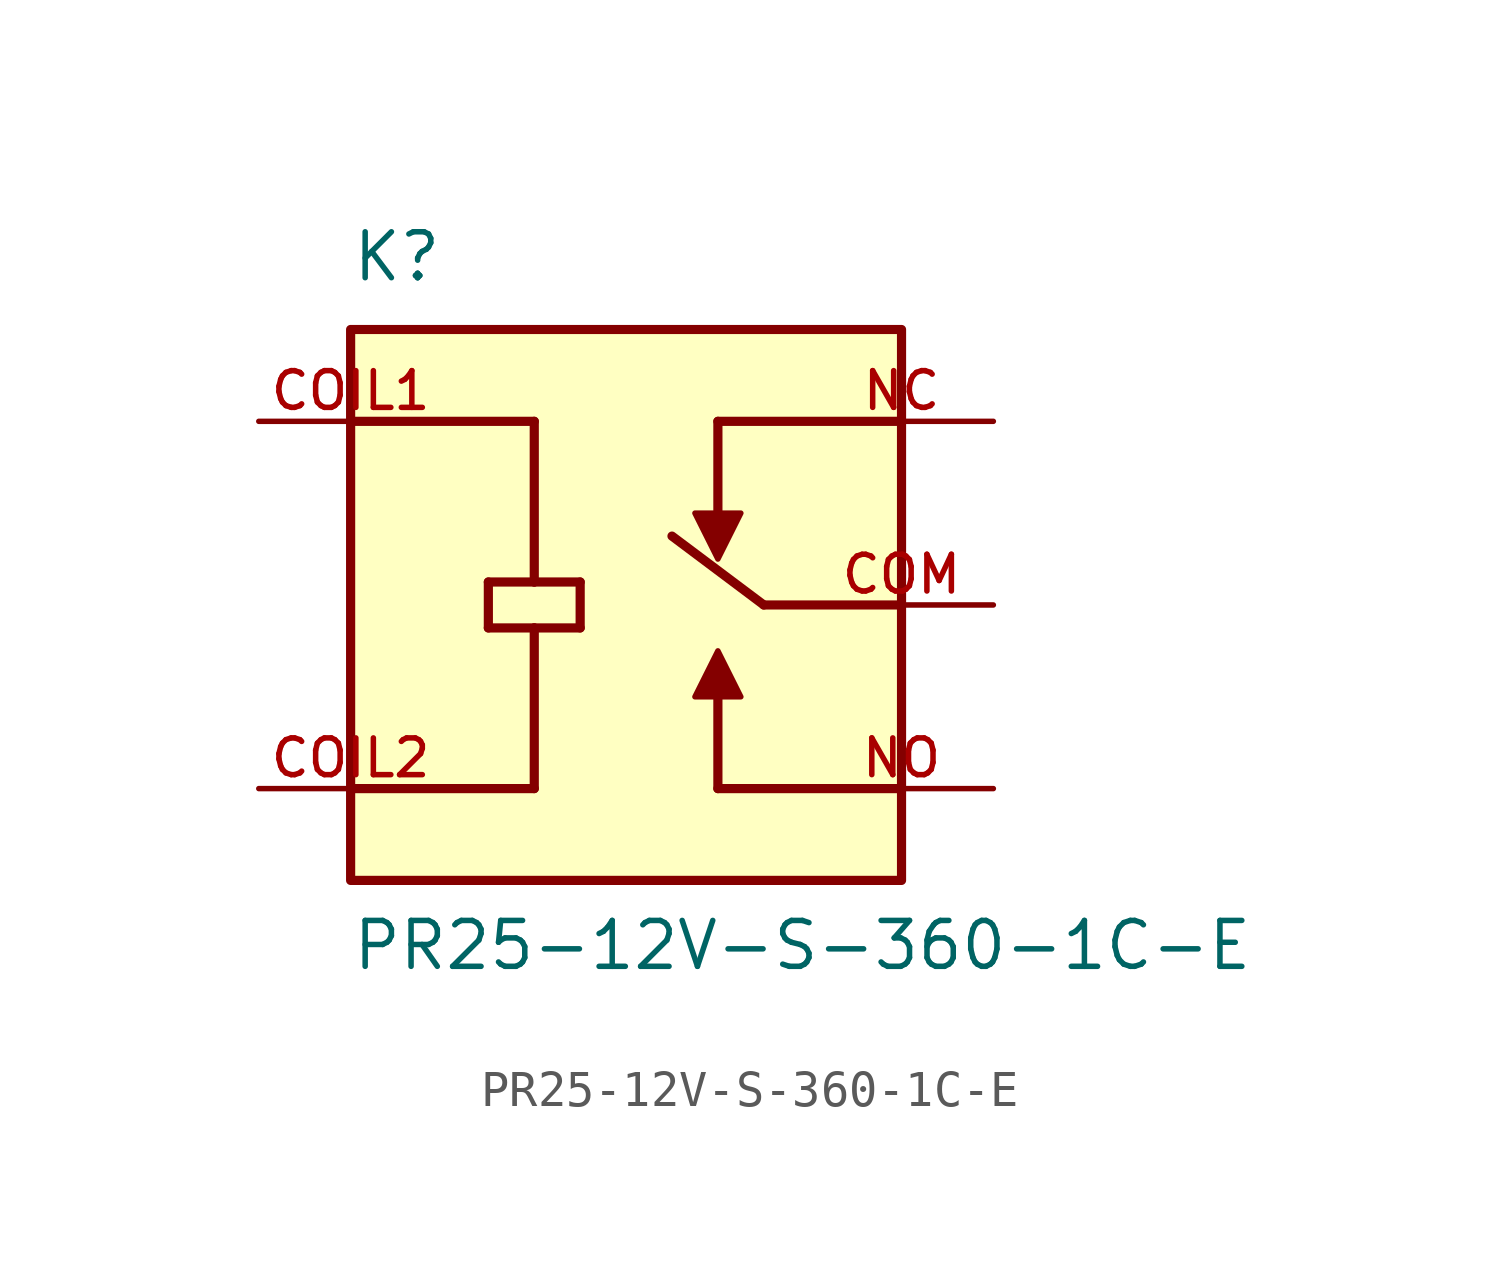
<source format=kicad_sym>
(kicad_symbol_lib
  (version 20241209)
  (generator "kicad_symbol_editor")
  (generator_version "9.0")
  (symbol "PR25-12V-S-360-1C-E"
    (pin_names
      (offset 1.016))
    (property "Reference" "K"
      (at -7.62 8.89 0)
      (effects (font (size 1.27 1.27)) (justify left bottom)))
    (property "Value" "PR25-12V-S-360-1C-E"
      (at -7.62 -10.16 0)
      (effects (font (size 1.27 1.27)) (justify left bottom)))
    (symbol "PR25-12V-S-360-1C-E_0_0"
      (polyline (pts (xy -7.62 5.08) (xy -2.54 5.08)) (stroke (width 0.254) (type default)) (fill (type none)))
      (polyline (pts (xy -7.62 -5.08) (xy -2.54 -5.08)) (stroke (width 0.254) (type default)) (fill (type none)))
      (rectangle (start -7.62 -7.62) (end 7.62 7.62) (stroke (width 0.254) (type default)) (fill (type background)))
      (polyline (pts (xy -3.81 0.635) (xy -2.54 0.635)) (stroke (width 0.254) (type default)) (fill (type none)))
      (polyline (pts (xy -3.81 -0.635) (xy -3.81 0.635)) (stroke (width 0.254) (type default)) (fill (type none)))
      (polyline (pts (xy -2.54 5.08) (xy -2.54 0.635)) (stroke (width 0.254) (type default)) (fill (type none)))
      (polyline (pts (xy -2.54 0.635) (xy -1.27 0.635)) (stroke (width 0.254) (type default)) (fill (type none)))
      (polyline (pts (xy -2.54 -0.635) (xy -3.81 -0.635)) (stroke (width 0.254) (type default)) (fill (type none)))
      (polyline (pts (xy -2.54 -0.635) (xy -2.54 -5.08)) (stroke (width 0.254) (type default)) (fill (type none)))
      (polyline (pts (xy -1.27 0.635) (xy -1.27 -0.635)) (stroke (width 0.254) (type default)) (fill (type none)))
      (polyline (pts (xy -1.27 -0.635) (xy -2.54 -0.635)) (stroke (width 0.254) (type default)) (fill (type none)))
      (polyline (pts (xy 1.905 -2.54) (xy 3.175 -2.54) (xy 2.54 -1.27) (xy 1.905 -2.54)) (stroke (width 0.152) (type default)) (fill (type outline)))
      (polyline (pts (xy 2.54 5.08) (xy 2.54 2.54)) (stroke (width 0.254) (type default)) (fill (type none)))
      (polyline (pts (xy 2.54 5.08) (xy 7.62 5.08)) (stroke (width 0.254) (type default)) (fill (type none)))
      (polyline (pts (xy 2.54 -5.08) (xy 2.54 -2.54)) (stroke (width 0.254) (type default)) (fill (type none)))
      (polyline (pts (xy 3.175 2.54) (xy 1.905 2.54) (xy 2.54 1.27) (xy 3.175 2.54)) (stroke (width 0.152) (type default)) (fill (type outline)))
      (polyline (pts (xy 3.81 0) (xy 1.27 1.905)) (stroke (width 0.254) (type default)) (fill (type none)))
      (polyline (pts (xy 7.62 0) (xy 3.81 0)) (stroke (width 0.254) (type default)) (fill (type none)))
      (polyline (pts (xy 7.62 -5.08) (xy 2.54 -5.08)) (stroke (width 0.254) (type default)) (fill (type none)))
      (pin passive line (at -10.16 5.08 0) (length 5.08) (name "~" (effects (font (size 1.016 1.016)))) (number "COIL1" (effects (font (size 1.016 1.016)))))
      (pin passive line (at -10.16 -5.08 0) (length 5.08) (name "~" (effects (font (size 1.016 1.016)))) (number "COIL2" (effects (font (size 1.016 1.016)))))
      (pin passive line (at 10.16 5.08 180) (length 5.08) (name "~" (effects (font (size 1.016 1.016)))) (number "NC" (effects (font (size 1.016 1.016)))))
      (pin passive line (at 10.16 0 180) (length 5.08) (name "~" (effects (font (size 1.016 1.016)))) (number "COM" (effects (font (size 1.016 1.016)))))
      (pin passive line (at 10.16 -5.08 180) (length 5.08) (name "~" (effects (font (size 1.016 1.016)))) (number "NO" (effects (font (size 1.016 1.016))))))))
</source>
